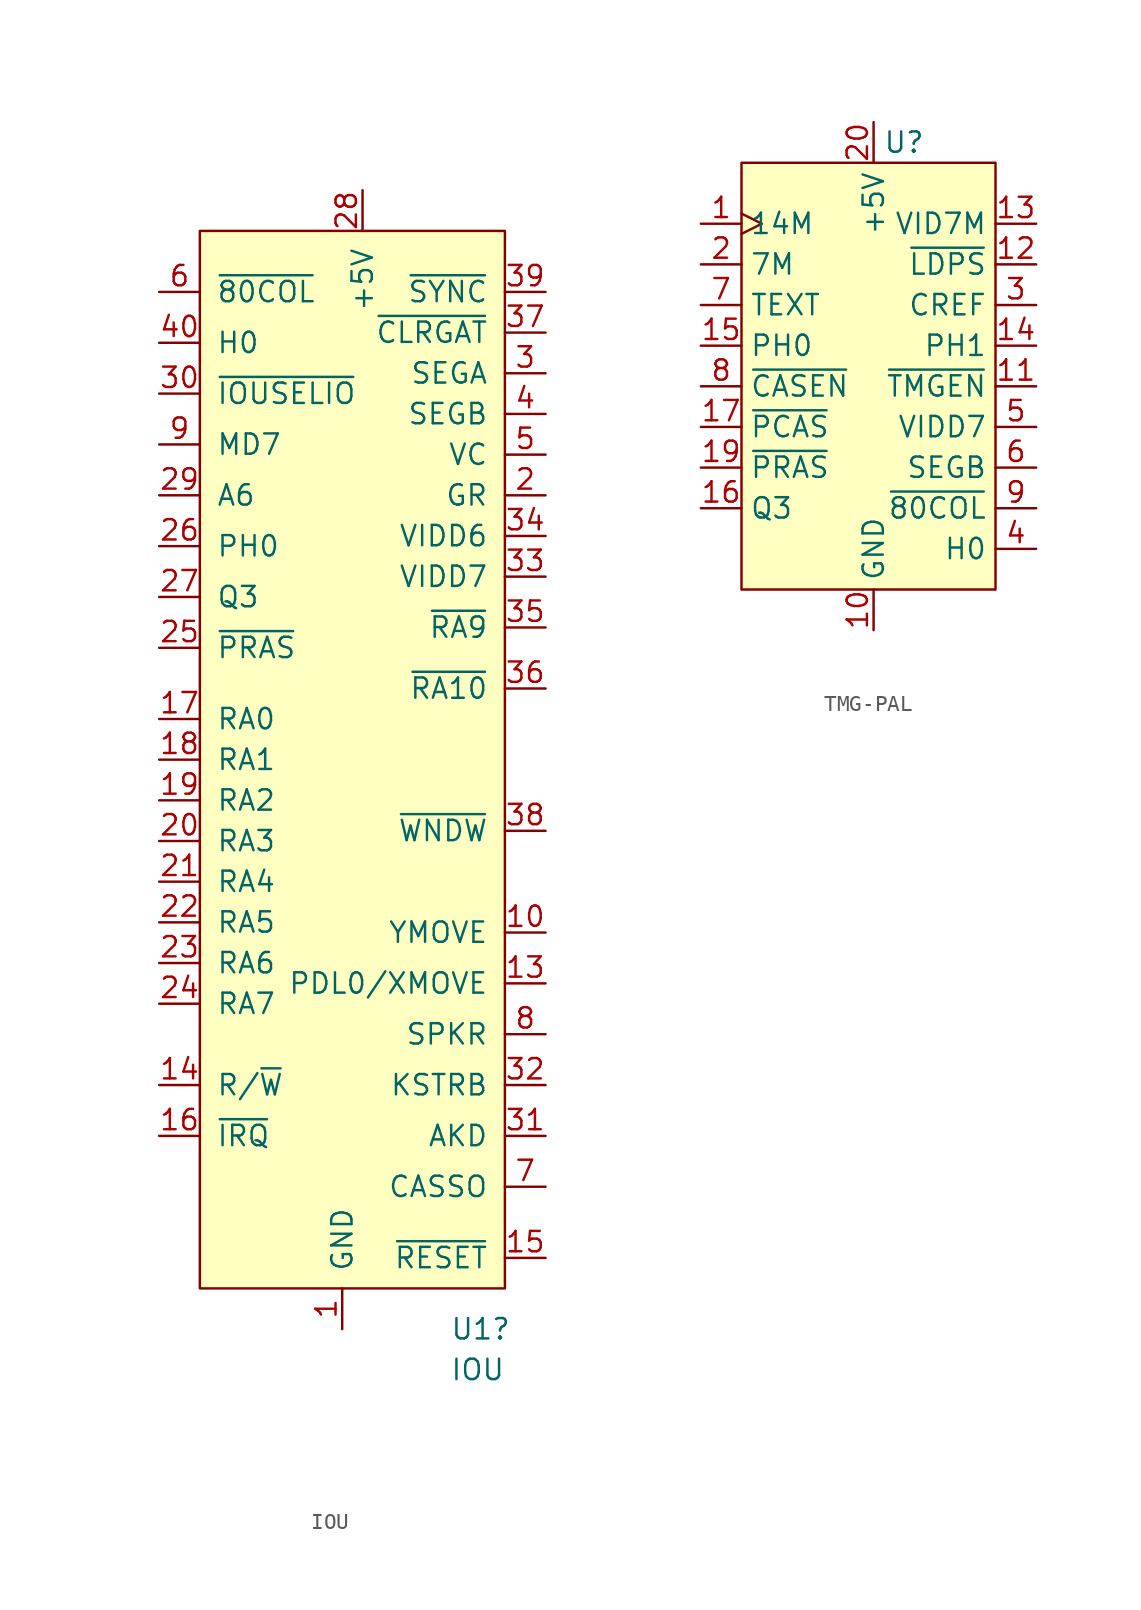
<source format=kicad_sym>
(kicad_symbol_lib
  (version 20220914)
  (generator kicad_symbol_editor)
  (symbol "IOU"
    (pin_names
      (offset 1.016))
    (property "Reference" "U1"
      (at 5.461 -35.56 0)
      (effects (font (size 1.27 1.27)) (justify left)))
    (property "Value" "IOU"
      (at 5.461 -38.1 0)
      (effects (font (size 1.27 1.27)) (justify left)))
    (symbol "IOU_0_1"
      (rectangle (start -10.16 33.02) (end 8.89 -33.02) (stroke (width 0) (type solid)) (fill (type background))))
    (symbol "IOU_1_0"
      (pin power_in line (at -1.27 -35.56 90) (length 2.54) (name "GND" (effects (font (size 1.27 1.27)))) (number "1" (effects (font (size 1.27 1.27)))))
      (pin input line (at 11.43 -10.795 180) (length 2.54) (name "YMOVE" (effects (font (size 1.27 1.27)))) (number "10" (effects (font (size 1.27 1.27)))))
      (pin no_connect line (at -13.335 -34.925 180) (length 2.54) hide (name "NC" (effects (font (size 1.27 1.27)))) (number "11" (effects (font (size 1.27 1.27)))))
      (pin no_connect line (at -13.335 -37.465 180) (length 2.54) hide (name "NC" (effects (font (size 1.27 1.27)))) (number "12" (effects (font (size 1.27 1.27)))))
      (pin input line (at 11.43 -13.97 180) (length 2.54) (name "PDL0/XMOVE" (effects (font (size 1.27 1.27)))) (number "13" (effects (font (size 1.27 1.27)))))
      (pin input line (at -12.7 -20.32 0) (length 2.54) (name "R/~{W}" (effects (font (size 1.27 1.27)))) (number "14" (effects (font (size 1.27 1.27)))))
      (pin input line (at 11.43 -31.115 180) (length 2.54) (name "~{RESET}" (effects (font (size 1.27 1.27)))) (number "15" (effects (font (size 1.27 1.27)))))
      (pin output line (at -12.7 -23.495 0) (length 2.54) (name "~{IRQ}" (effects (font (size 1.27 1.27)))) (number "16" (effects (font (size 1.27 1.27)))))
      (pin input line (at -12.7 2.54 0) (length 2.54) (name "RA0" (effects (font (size 1.27 1.27)))) (number "17" (effects (font (size 1.27 1.27)))))
      (pin input line (at -12.7 0 0) (length 2.54) (name "RA1" (effects (font (size 1.27 1.27)))) (number "18" (effects (font (size 1.27 1.27)))))
      (pin input line (at -12.7 -2.54 0) (length 2.54) (name "RA2" (effects (font (size 1.27 1.27)))) (number "19" (effects (font (size 1.27 1.27)))))
      (pin output line (at 11.43 16.51 180) (length 2.54) (name "GR" (effects (font (size 1.27 1.27)))) (number "2" (effects (font (size 1.27 1.27)))))
      (pin input line (at -12.7 -5.08 0) (length 2.54) (name "RA3" (effects (font (size 1.27 1.27)))) (number "20" (effects (font (size 1.27 1.27)))))
      (pin input line (at -12.7 -7.62 0) (length 2.54) (name "RA4" (effects (font (size 1.27 1.27)))) (number "21" (effects (font (size 1.27 1.27)))))
      (pin input line (at -12.7 -10.16 0) (length 2.54) (name "RA5" (effects (font (size 1.27 1.27)))) (number "22" (effects (font (size 1.27 1.27)))))
      (pin input line (at -12.7 -12.7 0) (length 2.54) (name "RA6" (effects (font (size 1.27 1.27)))) (number "23" (effects (font (size 1.27 1.27)))))
      (pin input line (at -12.7 -15.24 0) (length 2.54) (name "RA7" (effects (font (size 1.27 1.27)))) (number "24" (effects (font (size 1.27 1.27)))))
      (pin input line (at -12.7 6.985 0) (length 2.54) (name "~{PRAS}" (effects (font (size 1.27 1.27)))) (number "25" (effects (font (size 1.27 1.27)))))
      (pin input line (at -12.7 13.335 0) (length 2.54) (name "PH0" (effects (font (size 1.27 1.27)))) (number "26" (effects (font (size 1.27 1.27)))))
      (pin input line (at -12.7 10.16 0) (length 2.54) (name "Q3" (effects (font (size 1.27 1.27)))) (number "27" (effects (font (size 1.27 1.27)))))
      (pin power_in line (at 0 35.56 270) (length 2.54) (name "+5V" (effects (font (size 1.27 1.27)))) (number "28" (effects (font (size 1.27 1.27)))))
      (pin input line (at -12.7 16.51 0) (length 2.54) (name "A6" (effects (font (size 1.27 1.27)))) (number "29" (effects (font (size 1.27 1.27)))))
      (pin output line (at 11.43 24.13 180) (length 2.54) (name "SEGA" (effects (font (size 1.27 1.27)))) (number "3" (effects (font (size 1.27 1.27)))))
      (pin input line (at -12.7 22.86 0) (length 2.54) (name "~{IOUSELIO}" (effects (font (size 1.27 1.27)))) (number "30" (effects (font (size 1.27 1.27)))))
      (pin input line (at 11.43 -23.495 180) (length 2.54) (name "AKD" (effects (font (size 1.27 1.27)))) (number "31" (effects (font (size 1.27 1.27)))))
      (pin input line (at 11.43 -20.32 180) (length 2.54) (name "KSTRB" (effects (font (size 1.27 1.27)))) (number "32" (effects (font (size 1.27 1.27)))))
      (pin input line (at 11.43 11.43 180) (length 2.54) (name "VIDD7" (effects (font (size 1.27 1.27)))) (number "33" (effects (font (size 1.27 1.27)))))
      (pin input line (at 11.43 13.97 180) (length 2.54) (name "VIDD6" (effects (font (size 1.27 1.27)))) (number "34" (effects (font (size 1.27 1.27)))))
      (pin passive line (at 11.43 8.255 180) (length 2.54) (name "~{RA9}" (effects (font (size 1.27 1.27)))) (number "35" (effects (font (size 1.27 1.27)))))
      (pin passive line (at 11.43 4.445 180) (length 2.54) (name "~{RA10}" (effects (font (size 1.27 1.27)))) (number "36" (effects (font (size 1.27 1.27)))))
      (pin output line (at 11.43 26.67 180) (length 2.54) (name "~{CLRGAT}" (effects (font (size 1.27 1.27)))) (number "37" (effects (font (size 1.27 1.27)))))
      (pin output line (at 11.43 -4.445 180) (length 2.54) (name "~{WNDW}" (effects (font (size 1.27 1.27)))) (number "38" (effects (font (size 1.27 1.27)))))
      (pin output line (at 11.43 29.21 180) (length 2.54) (name "~{SYNC}" (effects (font (size 1.27 1.27)))) (number "39" (effects (font (size 1.27 1.27)))))
      (pin output line (at 11.43 21.59 180) (length 2.54) (name "SEGB" (effects (font (size 1.27 1.27)))) (number "4" (effects (font (size 1.27 1.27)))))
      (pin output line (at -12.7 26.035 0) (length 2.54) (name "H0" (effects (font (size 1.27 1.27)))) (number "40" (effects (font (size 1.27 1.27)))))
      (pin output line (at 11.43 19.05 180) (length 2.54) (name "VC" (effects (font (size 1.27 1.27)))) (number "5" (effects (font (size 1.27 1.27)))))
      (pin output line (at -12.7 29.21 0) (length 2.54) (name "~{80COL}" (effects (font (size 1.27 1.27)))) (number "6" (effects (font (size 1.27 1.27)))))
      (pin passive line (at 11.43 -26.67 180) (length 2.54) (name "CASSO" (effects (font (size 1.27 1.27)))) (number "7" (effects (font (size 1.27 1.27)))))
      (pin output line (at 11.43 -17.145 180) (length 2.54) (name "SPKR" (effects (font (size 1.27 1.27)))) (number "8" (effects (font (size 1.27 1.27)))))
      (pin tri_state line (at -12.7 19.685 0) (length 2.54) (name "MD7" (effects (font (size 1.27 1.27)))) (number "9" (effects (font (size 1.27 1.27)))))))
  (symbol "TMG-PAL"
    (property "Reference" "U"
      (at 1.905 14.605 0)
      (effects (font (size 1.27 1.27))))
    (property "Value" ""
      (at -3.81 10.16 0)
      (effects (font (size 1.27 1.27))))
    (symbol "TMG-PAL_0_0"
      (pin input clock (at -10.795 9.525 0) (length 2.54) (name "14M" (effects (font (size 1.27 1.27)))) (number "1" (effects (font (size 1.27 1.27)))))
      (pin power_in line (at 0 -15.875 90) (length 2.54) (name "GND" (effects (font (size 1.27 1.27)))) (number "10" (effects (font (size 1.27 1.27)))))
      (pin input line (at 10.16 -0.635 180) (length 2.54) (name "~{TMGEN}" (effects (font (size 1.27 1.27)))) (number "11" (effects (font (size 1.27 1.27)))))
      (pin output line (at 10.16 6.985 180) (length 2.54) (name "~{LDPS}" (effects (font (size 1.27 1.27)))) (number "12" (effects (font (size 1.27 1.27)))))
      (pin output line (at 10.16 9.525 180) (length 2.54) (name "VID7M" (effects (font (size 1.27 1.27)))) (number "13" (effects (font (size 1.27 1.27)))))
      (pin output line (at 10.16 1.905 180) (length 2.54) (name "PH1" (effects (font (size 1.27 1.27)))) (number "14" (effects (font (size 1.27 1.27)))))
      (pin output line (at -10.795 1.905 0) (length 2.54) (name "PH0" (effects (font (size 1.27 1.27)))) (number "15" (effects (font (size 1.27 1.27)))))
      (pin bidirectional line (at -10.795 -8.255 0) (length 2.54) (name "Q3" (effects (font (size 1.27 1.27)))) (number "16" (effects (font (size 1.27 1.27)))))
      (pin output line (at -10.795 -3.175 0) (length 2.54) (name "~{PCAS}" (effects (font (size 1.27 1.27)))) (number "17" (effects (font (size 1.27 1.27)))))
      (pin no_connect line (at -7.62 -15.875 0) (length 2.54) hide (name "NC" (effects (font (size 1.27 1.27)))) (number "18" (effects (font (size 1.27 1.27)))))
      (pin output line (at -10.795 -5.715 0) (length 2.54) (name "~{PRAS}" (effects (font (size 1.27 1.27)))) (number "19" (effects (font (size 1.27 1.27)))))
      (pin input line (at -10.795 6.985 0) (length 2.54) (name "7M" (effects (font (size 1.27 1.27)))) (number "2" (effects (font (size 1.27 1.27)))))
      (pin power_in line (at 0 15.875 270) (length 2.54) (name "+5V" (effects (font (size 1.27 1.27)))) (number "20" (effects (font (size 1.27 1.27)))))
      (pin output line (at 10.16 4.445 180) (length 2.54) (name "CREF" (effects (font (size 1.27 1.27)))) (number "3" (effects (font (size 1.27 1.27)))))
      (pin power_out line (at 10.16 -10.795 180) (length 2.54) (name "H0" (effects (font (size 1.27 1.27)))) (number "4" (effects (font (size 1.27 1.27)))))
      (pin input line (at 10.16 -3.175 180) (length 2.54) (name "VIDD7" (effects (font (size 1.27 1.27)))) (number "5" (effects (font (size 1.27 1.27)))))
      (pin power_out line (at 10.16 -5.715 180) (length 2.54) (name "SEGB" (effects (font (size 1.27 1.27)))) (number "6" (effects (font (size 1.27 1.27)))))
      (pin input line (at -10.795 4.445 0) (length 2.54) (name "TEXT" (effects (font (size 1.27 1.27)))) (number "7" (effects (font (size 1.27 1.27)))))
      (pin output line (at -10.795 -0.635 0) (length 2.54) (name "~{CASEN}" (effects (font (size 1.27 1.27)))) (number "8" (effects (font (size 1.27 1.27)))))
      (pin input line (at 10.16 -8.255 180) (length 2.54) (name "~{80COL}" (effects (font (size 1.27 1.27)))) (number "9" (effects (font (size 1.27 1.27))))))
    (symbol "TMG-PAL_0_1"
      (rectangle (start -8.255 13.335) (end 7.62 -13.335) (stroke (width 0) (type default)) (fill (type background))))))
</source>
